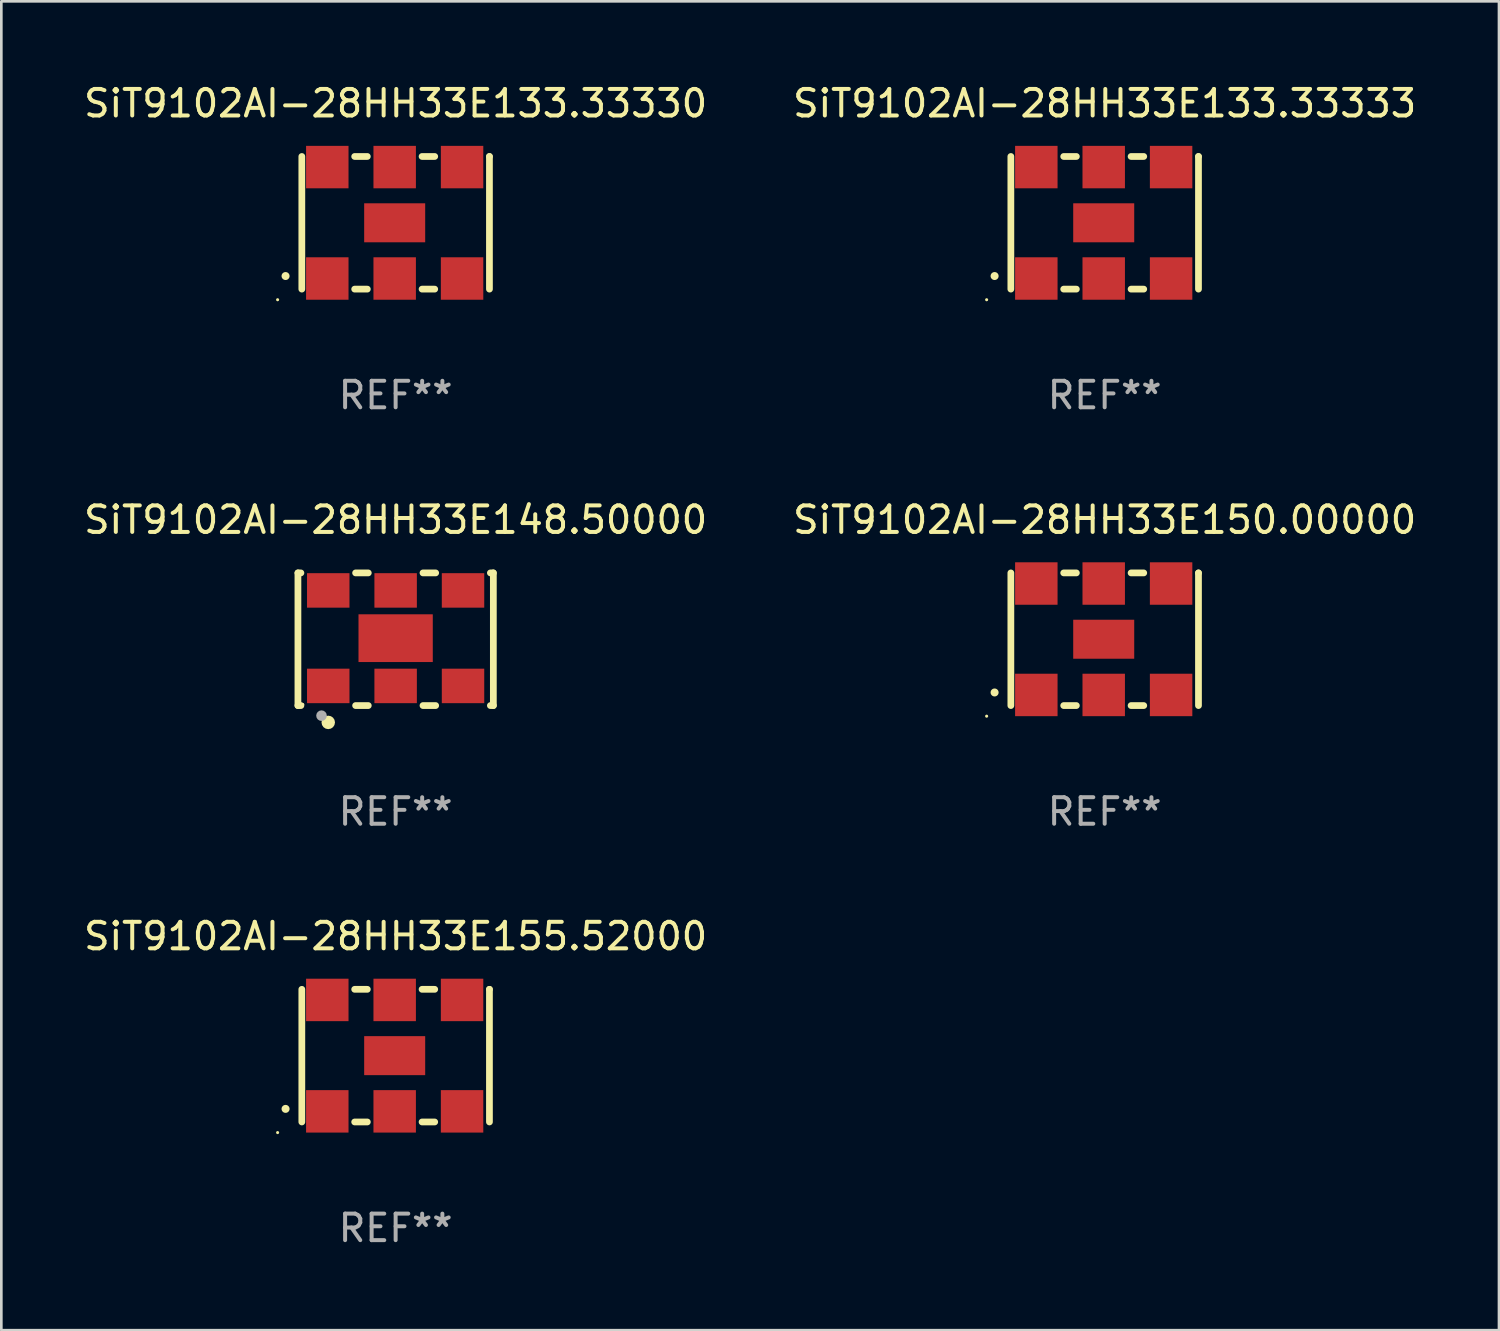
<source format=kicad_pcb>
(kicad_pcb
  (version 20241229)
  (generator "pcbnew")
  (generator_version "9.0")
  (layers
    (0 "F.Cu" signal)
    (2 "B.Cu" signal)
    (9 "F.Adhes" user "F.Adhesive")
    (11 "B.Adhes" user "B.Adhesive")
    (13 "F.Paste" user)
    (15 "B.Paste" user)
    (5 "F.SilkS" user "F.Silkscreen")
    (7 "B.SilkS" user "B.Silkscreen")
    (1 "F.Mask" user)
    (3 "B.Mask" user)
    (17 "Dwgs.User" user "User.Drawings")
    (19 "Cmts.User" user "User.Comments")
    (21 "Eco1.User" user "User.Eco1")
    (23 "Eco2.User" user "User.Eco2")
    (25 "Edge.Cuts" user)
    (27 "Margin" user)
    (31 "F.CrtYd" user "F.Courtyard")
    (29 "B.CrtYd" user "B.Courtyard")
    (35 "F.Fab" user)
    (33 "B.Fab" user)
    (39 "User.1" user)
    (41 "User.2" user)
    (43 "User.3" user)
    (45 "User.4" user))
  (footprint "SiT9102AI-28HH33E155.52000"
    (layer "F.Cu")
    (at 11.863 36.741)
    (property "Reference" "SiT9102AI-28HH33E155.52000" (at 0 -4.5 0) (layer "F.SilkS") (effects (font (size 1 1) (thickness 0.15))))
    (attr through_hole)
    (fp_line (start -3.536 -2.5) (end -3.536 2.5) (stroke (width 0.254) (type solid)) (layer "F.SilkS"))
    (fp_line (start -1.544 2.5) (end -1.067 2.5) (stroke (width 0.254) (type solid)) (layer "F.SilkS"))
    (fp_line (start -1.067 -2.5) (end -1.544 -2.5) (stroke (width 0.254) (type solid)) (layer "F.SilkS"))
    (fp_line (start 0.996 2.5) (end 1.473 2.5) (stroke (width 0.254) (type solid)) (layer "F.SilkS"))
    (fp_line (start 1.473 -2.5) (end 0.996 -2.5) (stroke (width 0.254) (type solid)) (layer "F.SilkS"))
    (fp_line (start 3.536 -2.5) (end 3.536 -2.5) (stroke (width 0.254) (type solid)) (layer "F.SilkS"))
    (fp_line (start 3.536 2.5) (end 3.536 -2.5) (stroke (width 0.254) (type solid)) (layer "F.SilkS"))
    (fp_arc (start -4.150432 2.006604) (mid -4.149162 2.006599) (end -4.147892 2.006604) (stroke (width 0.3) (type solid)) (layer "F.SilkS"))
    (fp_circle (center -4.449 2.9) (end -4.419 2.9) (stroke (width 0.06) (type solid)) (fill no) (layer "F.SilkS"))
    (fp_text user "REF**" (at 0 6.5 0) (layer "F.Fab") (effects (font (size 1 1) (thickness 0.15))))
    (pad "1" smd rect (at -2.576 2.1) (size 1.6 1.6) (layers "F.Cu" "F.Mask" "F.Paste"))
    (pad "2" smd rect (at -0.036 2.1) (size 1.6 1.6) (layers "F.Cu" "F.Mask" "F.Paste"))
    (pad "3" smd rect (at 2.504 2.1) (size 1.6 1.6) (layers "F.Cu" "F.Mask" "F.Paste"))
    (pad "4" smd rect (at 2.504 -2.1) (size 1.6 1.6) (layers "F.Cu" "F.Mask" "F.Paste"))
    (pad "5" smd rect (at -0.036 -2.1) (size 1.6 1.6) (layers "F.Cu" "F.Mask" "F.Paste"))
    (pad "6" smd rect (at -2.576 -2.1) (size 1.6 1.6) (layers "F.Cu" "F.Mask" "F.Paste"))
    (pad "7" smd rect (at -0.036 0) (size 2.3 1.47) (layers "F.Cu" "F.Mask" "F.Paste")))
  (footprint "SiT9102AI-28HH33E148.50000"
    (layer "F.Cu")
    (at 11.863 21.045)
    (property "Reference" "SiT9102AI-28HH33E148.50000" (at 0 -4.5 0) (layer "F.SilkS") (effects (font (size 1 1) (thickness 0.15))))
    (attr through_hole)
    (fp_line (start -3.683 -2.5) (end -3.571 -2.5) (stroke (width 0.254) (type solid)) (layer "F.SilkS"))
    (fp_line (start -3.683 2.5) (end -3.683 -2.5) (stroke (width 0.254) (type solid)) (layer "F.SilkS"))
    (fp_line (start -3.683 2.5) (end -3.571 2.5) (stroke (width 0.254) (type solid)) (layer "F.SilkS"))
    (fp_line (start -1.509 -2.5) (end -1.031 -2.5) (stroke (width 0.254) (type solid)) (layer "F.SilkS"))
    (fp_line (start -1.509 2.5) (end -1.031 2.5) (stroke (width 0.254) (type solid)) (layer "F.SilkS"))
    (fp_line (start 1.031 -2.5) (end 1.509 -2.5) (stroke (width 0.254) (type solid)) (layer "F.SilkS"))
    (fp_line (start 1.031 2.5) (end 1.509 2.5) (stroke (width 0.254) (type solid)) (layer "F.SilkS"))
    (fp_line (start 3.571 -2.5) (end 3.683 -2.5) (stroke (width 0.254) (type solid)) (layer "F.SilkS"))
    (fp_line (start 3.571 2.5) (end 3.683 2.5) (stroke (width 0.254) (type solid)) (layer "F.SilkS"))
    (fp_line (start 3.683 2.5) (end 3.683 -2.5) (stroke (width 0.254) (type solid)) (layer "F.SilkS"))
    (fp_circle (center -3.5 2.46) (end -3.47 2.46) (stroke (width 0.06) (type solid)) (fill no) (layer "F.SilkS"))
    (fp_circle (center -2.54 3.135) (end -2.413 3.135) (stroke (width 0.254) (type solid)) (fill no) (layer "F.SilkS"))
    (fp_circle (center -2.794 2.881) (end -2.694 2.881) (stroke (width 0.2) (type solid)) (fill no) (layer "F.Fab"))
    (fp_text user "REF**" (at 0 6.5 0) (layer "F.Fab") (effects (font (size 1 1) (thickness 0.15))))
    (pad "1" smd rect (at -2.54 1.76) (size 1.6 1.3) (layers "F.Cu" "F.Mask" "F.Paste"))
    (pad "2" smd rect (at 0 1.76) (size 1.6 1.3) (layers "F.Cu" "F.Mask" "F.Paste"))
    (pad "3" smd rect (at 2.54 1.76) (size 1.6 1.3) (layers "F.Cu" "F.Mask" "F.Paste"))
    (pad "4" smd rect (at 2.54 -1.84) (size 1.6 1.3) (layers "F.Cu" "F.Mask" "F.Paste"))
    (pad "5" smd rect (at 0 -1.84) (size 1.6 1.3) (layers "F.Cu" "F.Mask" "F.Paste"))
    (pad "6" smd rect (at -2.54 -1.84) (size 1.6 1.3) (layers "F.Cu" "F.Mask" "F.Paste"))
    (pad "7" smd rect (at 0 -0.04) (size 2.8 1.8) (layers "F.Cu" "F.Mask" "F.Paste")))
  (footprint "SiT9102AI-28HH33E133.33333"
    (layer "F.Cu")
    (at 38.589 5.348)
    (property "Reference" "SiT9102AI-28HH33E133.33333" (at 0 -4.5 0) (layer "F.SilkS") (effects (font (size 1 1) (thickness 0.15))))
    (attr through_hole)
    (fp_line (start -3.536 -2.5) (end -3.536 2.5) (stroke (width 0.254) (type solid)) (layer "F.SilkS"))
    (fp_line (start -1.544 2.5) (end -1.067 2.5) (stroke (width 0.254) (type solid)) (layer "F.SilkS"))
    (fp_line (start -1.067 -2.5) (end -1.544 -2.5) (stroke (width 0.254) (type solid)) (layer "F.SilkS"))
    (fp_line (start 0.996 2.5) (end 1.473 2.5) (stroke (width 0.254) (type solid)) (layer "F.SilkS"))
    (fp_line (start 1.473 -2.5) (end 0.996 -2.5) (stroke (width 0.254) (type solid)) (layer "F.SilkS"))
    (fp_line (start 3.536 -2.5) (end 3.536 -2.5) (stroke (width 0.254) (type solid)) (layer "F.SilkS"))
    (fp_line (start 3.536 2.5) (end 3.536 -2.5) (stroke (width 0.254) (type solid)) (layer "F.SilkS"))
    (fp_arc (start -4.150432 2.006604) (mid -4.149162 2.006599) (end -4.147892 2.006604) (stroke (width 0.3) (type solid)) (layer "F.SilkS"))
    (fp_circle (center -4.449 2.9) (end -4.419 2.9) (stroke (width 0.06) (type solid)) (fill no) (layer "F.SilkS"))
    (fp_text user "REF**" (at 0 6.5 0) (layer "F.Fab") (effects (font (size 1 1) (thickness 0.15))))
    (pad "1" smd rect (at -2.576 2.1) (size 1.6 1.6) (layers "F.Cu" "F.Mask" "F.Paste"))
    (pad "2" smd rect (at -0.036 2.1) (size 1.6 1.6) (layers "F.Cu" "F.Mask" "F.Paste"))
    (pad "3" smd rect (at 2.504 2.1) (size 1.6 1.6) (layers "F.Cu" "F.Mask" "F.Paste"))
    (pad "4" smd rect (at 2.504 -2.1) (size 1.6 1.6) (layers "F.Cu" "F.Mask" "F.Paste"))
    (pad "5" smd rect (at -0.036 -2.1) (size 1.6 1.6) (layers "F.Cu" "F.Mask" "F.Paste"))
    (pad "6" smd rect (at -2.576 -2.1) (size 1.6 1.6) (layers "F.Cu" "F.Mask" "F.Paste"))
    (pad "7" smd rect (at -0.036 0) (size 2.3 1.47) (layers "F.Cu" "F.Mask" "F.Paste")))
  (footprint "SiT9102AI-28HH33E133.33330"
    (layer "F.Cu")
    (at 11.863 5.348)
    (property "Reference" "SiT9102AI-28HH33E133.33330" (at 0 -4.5 0) (layer "F.SilkS") (effects (font (size 1 1) (thickness 0.15))))
    (attr through_hole)
    (fp_line (start -3.536 -2.5) (end -3.536 2.5) (stroke (width 0.254) (type solid)) (layer "F.SilkS"))
    (fp_line (start -1.544 2.5) (end -1.067 2.5) (stroke (width 0.254) (type solid)) (layer "F.SilkS"))
    (fp_line (start -1.067 -2.5) (end -1.544 -2.5) (stroke (width 0.254) (type solid)) (layer "F.SilkS"))
    (fp_line (start 0.996 2.5) (end 1.473 2.5) (stroke (width 0.254) (type solid)) (layer "F.SilkS"))
    (fp_line (start 1.473 -2.5) (end 0.996 -2.5) (stroke (width 0.254) (type solid)) (layer "F.SilkS"))
    (fp_line (start 3.536 -2.5) (end 3.536 -2.5) (stroke (width 0.254) (type solid)) (layer "F.SilkS"))
    (fp_line (start 3.536 2.5) (end 3.536 -2.5) (stroke (width 0.254) (type solid)) (layer "F.SilkS"))
    (fp_arc (start -4.150432 2.006604) (mid -4.149162 2.006599) (end -4.147892 2.006604) (stroke (width 0.3) (type solid)) (layer "F.SilkS"))
    (fp_circle (center -4.449 2.9) (end -4.419 2.9) (stroke (width 0.06) (type solid)) (fill no) (layer "F.SilkS"))
    (fp_text user "REF**" (at 0 6.5 0) (layer "F.Fab") (effects (font (size 1 1) (thickness 0.15))))
    (pad "1" smd rect (at -2.576 2.1) (size 1.6 1.6) (layers "F.Cu" "F.Mask" "F.Paste"))
    (pad "2" smd rect (at -0.036 2.1) (size 1.6 1.6) (layers "F.Cu" "F.Mask" "F.Paste"))
    (pad "3" smd rect (at 2.504 2.1) (size 1.6 1.6) (layers "F.Cu" "F.Mask" "F.Paste"))
    (pad "4" smd rect (at 2.504 -2.1) (size 1.6 1.6) (layers "F.Cu" "F.Mask" "F.Paste"))
    (pad "5" smd rect (at -0.036 -2.1) (size 1.6 1.6) (layers "F.Cu" "F.Mask" "F.Paste"))
    (pad "6" smd rect (at -2.576 -2.1) (size 1.6 1.6) (layers "F.Cu" "F.Mask" "F.Paste"))
    (pad "7" smd rect (at -0.036 0) (size 2.3 1.47) (layers "F.Cu" "F.Mask" "F.Paste")))
  (footprint "SiT9102AI-28HH33E150.00000"
    (layer "F.Cu")
    (at 38.589 21.045)
    (property "Reference" "SiT9102AI-28HH33E150.00000" (at 0 -4.5 0) (layer "F.SilkS") (effects (font (size 1 1) (thickness 0.15))))
    (attr through_hole)
    (fp_line (start -3.536 -2.5) (end -3.536 2.5) (stroke (width 0.254) (type solid)) (layer "F.SilkS"))
    (fp_line (start -1.544 2.5) (end -1.067 2.5) (stroke (width 0.254) (type solid)) (layer "F.SilkS"))
    (fp_line (start -1.067 -2.5) (end -1.544 -2.5) (stroke (width 0.254) (type solid)) (layer "F.SilkS"))
    (fp_line (start 0.996 2.5) (end 1.473 2.5) (stroke (width 0.254) (type solid)) (layer "F.SilkS"))
    (fp_line (start 1.473 -2.5) (end 0.996 -2.5) (stroke (width 0.254) (type solid)) (layer "F.SilkS"))
    (fp_line (start 3.536 -2.5) (end 3.536 -2.5) (stroke (width 0.254) (type solid)) (layer "F.SilkS"))
    (fp_line (start 3.536 2.5) (end 3.536 -2.5) (stroke (width 0.254) (type solid)) (layer "F.SilkS"))
    (fp_arc (start -4.150432 2.006604) (mid -4.149162 2.006599) (end -4.147892 2.006604) (stroke (width 0.3) (type solid)) (layer "F.SilkS"))
    (fp_circle (center -4.449 2.9) (end -4.419 2.9) (stroke (width 0.06) (type solid)) (fill no) (layer "F.SilkS"))
    (fp_text user "REF**" (at 0 6.5 0) (layer "F.Fab") (effects (font (size 1 1) (thickness 0.15))))
    (pad "1" smd rect (at -2.576 2.1) (size 1.6 1.6) (layers "F.Cu" "F.Mask" "F.Paste"))
    (pad "2" smd rect (at -0.036 2.1) (size 1.6 1.6) (layers "F.Cu" "F.Mask" "F.Paste"))
    (pad "3" smd rect (at 2.504 2.1) (size 1.6 1.6) (layers "F.Cu" "F.Mask" "F.Paste"))
    (pad "4" smd rect (at 2.504 -2.1) (size 1.6 1.6) (layers "F.Cu" "F.Mask" "F.Paste"))
    (pad "5" smd rect (at -0.036 -2.1) (size 1.6 1.6) (layers "F.Cu" "F.Mask" "F.Paste"))
    (pad "6" smd rect (at -2.576 -2.1) (size 1.6 1.6) (layers "F.Cu" "F.Mask" "F.Paste"))
    (pad "7" smd rect (at -0.036 0) (size 2.3 1.47) (layers "F.Cu" "F.Mask" "F.Paste")))
  (gr_rect
    (start -3 -3)
    (end 53.452 47.09)
    (stroke (width 0.1) (type default))
    (fill no)
    (layer "Edge.Cuts")))
</source>
